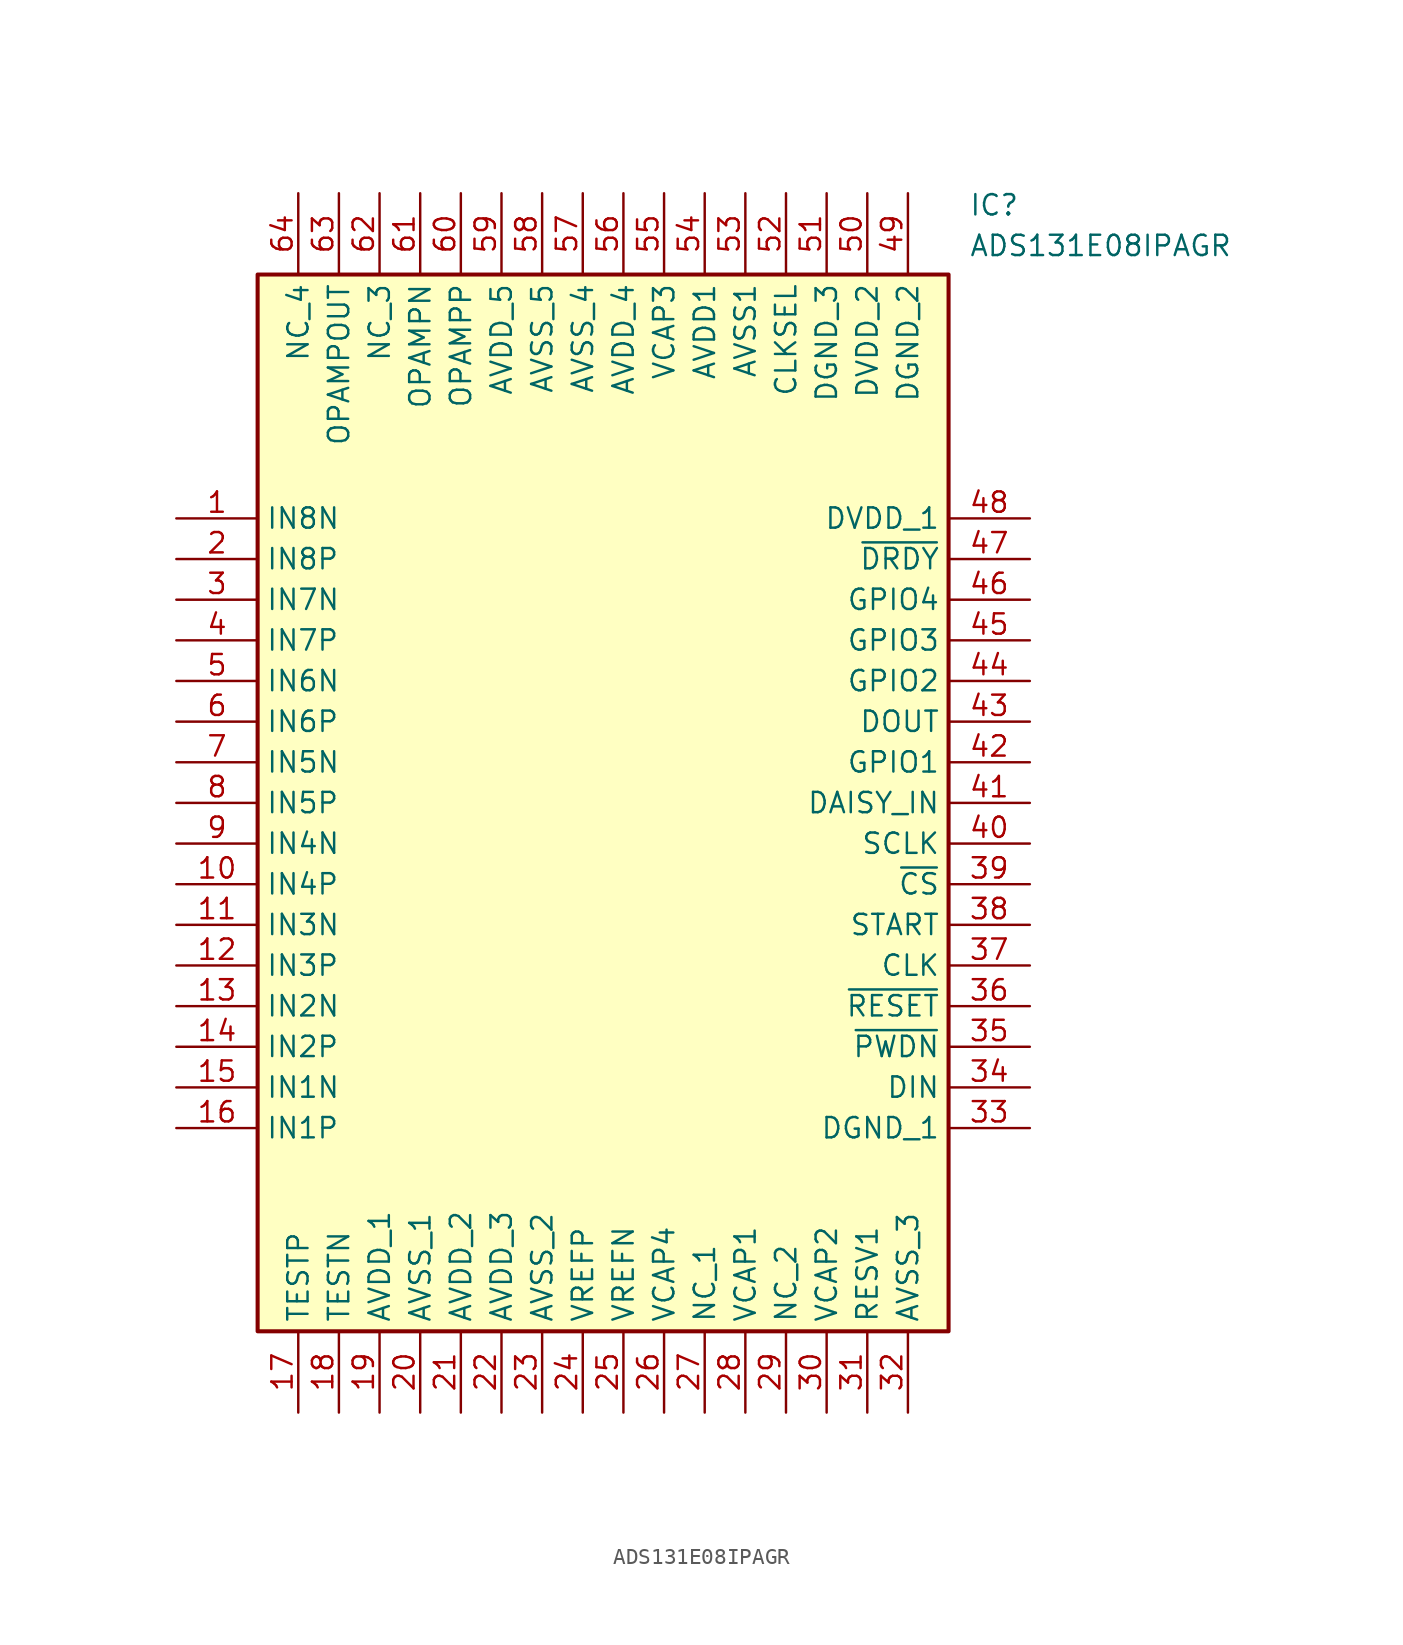
<source format=kicad_sym>
(kicad_symbol_lib
  (version 20211014)
  (generator SamacSys_ECAD_Model)
  (symbol "ADS131E08IPAGR"
    (property "Reference" "IC"
      (at 49.53 20.32 0)
      (effects (font (size 1.27 1.27)) (justify left top)))
    (property "Value" "ADS131E08IPAGR"
      (at 49.53 17.78 0)
      (effects (font (size 1.27 1.27)) (justify left top)))
    (rectangle
      (start 5.08 15.24)
      (end 48.26 -50.8)
      (stroke (width 0.254) (type default))
      (fill (type background)))
    (pin passive line
      (at 0 0 0)
      (length 5.08)
      (name "IN8N" (effects (font (size 1.27 1.27))))
      (number "1" (effects (font (size 1.27 1.27)))))
    (pin passive line
      (at 0 -2.54 0)
      (length 5.08)
      (name "IN8P" (effects (font (size 1.27 1.27))))
      (number "2" (effects (font (size 1.27 1.27)))))
    (pin passive line
      (at 0 -5.08 0)
      (length 5.08)
      (name "IN7N" (effects (font (size 1.27 1.27))))
      (number "3" (effects (font (size 1.27 1.27)))))
    (pin passive line
      (at 0 -7.62 0)
      (length 5.08)
      (name "IN7P" (effects (font (size 1.27 1.27))))
      (number "4" (effects (font (size 1.27 1.27)))))
    (pin passive line
      (at 0 -10.16 0)
      (length 5.08)
      (name "IN6N" (effects (font (size 1.27 1.27))))
      (number "5" (effects (font (size 1.27 1.27)))))
    (pin passive line
      (at 0 -12.7 0)
      (length 5.08)
      (name "IN6P" (effects (font (size 1.27 1.27))))
      (number "6" (effects (font (size 1.27 1.27)))))
    (pin passive line
      (at 0 -15.24 0)
      (length 5.08)
      (name "IN5N" (effects (font (size 1.27 1.27))))
      (number "7" (effects (font (size 1.27 1.27)))))
    (pin passive line
      (at 0 -17.78 0)
      (length 5.08)
      (name "IN5P" (effects (font (size 1.27 1.27))))
      (number "8" (effects (font (size 1.27 1.27)))))
    (pin passive line
      (at 0 -20.32 0)
      (length 5.08)
      (name "IN4N" (effects (font (size 1.27 1.27))))
      (number "9" (effects (font (size 1.27 1.27)))))
    (pin passive line
      (at 0 -22.86 0)
      (length 5.08)
      (name "IN4P" (effects (font (size 1.27 1.27))))
      (number "10" (effects (font (size 1.27 1.27)))))
    (pin passive line
      (at 0 -25.4 0)
      (length 5.08)
      (name "IN3N" (effects (font (size 1.27 1.27))))
      (number "11" (effects (font (size 1.27 1.27)))))
    (pin passive line
      (at 0 -27.94 0)
      (length 5.08)
      (name "IN3P" (effects (font (size 1.27 1.27))))
      (number "12" (effects (font (size 1.27 1.27)))))
    (pin passive line
      (at 0 -30.48 0)
      (length 5.08)
      (name "IN2N" (effects (font (size 1.27 1.27))))
      (number "13" (effects (font (size 1.27 1.27)))))
    (pin passive line
      (at 0 -33.02 0)
      (length 5.08)
      (name "IN2P" (effects (font (size 1.27 1.27))))
      (number "14" (effects (font (size 1.27 1.27)))))
    (pin passive line
      (at 0 -35.56 0)
      (length 5.08)
      (name "IN1N" (effects (font (size 1.27 1.27))))
      (number "15" (effects (font (size 1.27 1.27)))))
    (pin passive line
      (at 0 -38.1 0)
      (length 5.08)
      (name "IN1P" (effects (font (size 1.27 1.27))))
      (number "16" (effects (font (size 1.27 1.27)))))
    (pin passive line
      (at 7.62 -55.88 90)
      (length 5.08)
      (name "TESTP" (effects (font (size 1.27 1.27))))
      (number "17" (effects (font (size 1.27 1.27)))))
    (pin passive line
      (at 10.16 -55.88 90)
      (length 5.08)
      (name "TESTN" (effects (font (size 1.27 1.27))))
      (number "18" (effects (font (size 1.27 1.27)))))
    (pin passive line
      (at 12.7 -55.88 90)
      (length 5.08)
      (name "AVDD_1" (effects (font (size 1.27 1.27))))
      (number "19" (effects (font (size 1.27 1.27)))))
    (pin passive line
      (at 15.24 -55.88 90)
      (length 5.08)
      (name "AVSS_1" (effects (font (size 1.27 1.27))))
      (number "20" (effects (font (size 1.27 1.27)))))
    (pin passive line
      (at 17.78 -55.88 90)
      (length 5.08)
      (name "AVDD_2" (effects (font (size 1.27 1.27))))
      (number "21" (effects (font (size 1.27 1.27)))))
    (pin passive line
      (at 20.32 -55.88 90)
      (length 5.08)
      (name "AVDD_3" (effects (font (size 1.27 1.27))))
      (number "22" (effects (font (size 1.27 1.27)))))
    (pin passive line
      (at 22.86 -55.88 90)
      (length 5.08)
      (name "AVSS_2" (effects (font (size 1.27 1.27))))
      (number "23" (effects (font (size 1.27 1.27)))))
    (pin passive line
      (at 25.4 -55.88 90)
      (length 5.08)
      (name "VREFP" (effects (font (size 1.27 1.27))))
      (number "24" (effects (font (size 1.27 1.27)))))
    (pin passive line
      (at 27.94 -55.88 90)
      (length 5.08)
      (name "VREFN" (effects (font (size 1.27 1.27))))
      (number "25" (effects (font (size 1.27 1.27)))))
    (pin passive line
      (at 30.48 -55.88 90)
      (length 5.08)
      (name "VCAP4" (effects (font (size 1.27 1.27))))
      (number "26" (effects (font (size 1.27 1.27)))))
    (pin passive line
      (at 33.02 -55.88 90)
      (length 5.08)
      (name "NC_1" (effects (font (size 1.27 1.27))))
      (number "27" (effects (font (size 1.27 1.27)))))
    (pin passive line
      (at 35.56 -55.88 90)
      (length 5.08)
      (name "VCAP1" (effects (font (size 1.27 1.27))))
      (number "28" (effects (font (size 1.27 1.27)))))
    (pin passive line
      (at 38.1 -55.88 90)
      (length 5.08)
      (name "NC_2" (effects (font (size 1.27 1.27))))
      (number "29" (effects (font (size 1.27 1.27)))))
    (pin passive line
      (at 40.64 -55.88 90)
      (length 5.08)
      (name "VCAP2" (effects (font (size 1.27 1.27))))
      (number "30" (effects (font (size 1.27 1.27)))))
    (pin passive line
      (at 43.18 -55.88 90)
      (length 5.08)
      (name "RESV1" (effects (font (size 1.27 1.27))))
      (number "31" (effects (font (size 1.27 1.27)))))
    (pin passive line
      (at 45.72 -55.88 90)
      (length 5.08)
      (name "AVSS_3" (effects (font (size 1.27 1.27))))
      (number "32" (effects (font (size 1.27 1.27)))))
    (pin passive line
      (at 53.34 0 180)
      (length 5.08)
      (name "DVDD_1" (effects (font (size 1.27 1.27))))
      (number "48" (effects (font (size 1.27 1.27)))))
    (pin passive line
      (at 53.34 -2.54 180)
      (length 5.08)
      (name "~{DRDY}" (effects (font (size 1.27 1.27))))
      (number "47" (effects (font (size 1.27 1.27)))))
    (pin passive line
      (at 53.34 -5.08 180)
      (length 5.08)
      (name "GPIO4" (effects (font (size 1.27 1.27))))
      (number "46" (effects (font (size 1.27 1.27)))))
    (pin passive line
      (at 53.34 -7.62 180)
      (length 5.08)
      (name "GPIO3" (effects (font (size 1.27 1.27))))
      (number "45" (effects (font (size 1.27 1.27)))))
    (pin passive line
      (at 53.34 -10.16 180)
      (length 5.08)
      (name "GPIO2" (effects (font (size 1.27 1.27))))
      (number "44" (effects (font (size 1.27 1.27)))))
    (pin passive line
      (at 53.34 -12.7 180)
      (length 5.08)
      (name "DOUT" (effects (font (size 1.27 1.27))))
      (number "43" (effects (font (size 1.27 1.27)))))
    (pin passive line
      (at 53.34 -15.24 180)
      (length 5.08)
      (name "GPIO1" (effects (font (size 1.27 1.27))))
      (number "42" (effects (font (size 1.27 1.27)))))
    (pin passive line
      (at 53.34 -17.78 180)
      (length 5.08)
      (name "DAISY_IN" (effects (font (size 1.27 1.27))))
      (number "41" (effects (font (size 1.27 1.27)))))
    (pin passive line
      (at 53.34 -20.32 180)
      (length 5.08)
      (name "SCLK" (effects (font (size 1.27 1.27))))
      (number "40" (effects (font (size 1.27 1.27)))))
    (pin passive line
      (at 53.34 -22.86 180)
      (length 5.08)
      (name "~{CS}" (effects (font (size 1.27 1.27))))
      (number "39" (effects (font (size 1.27 1.27)))))
    (pin passive line
      (at 53.34 -25.4 180)
      (length 5.08)
      (name "START" (effects (font (size 1.27 1.27))))
      (number "38" (effects (font (size 1.27 1.27)))))
    (pin passive line
      (at 53.34 -27.94 180)
      (length 5.08)
      (name "CLK" (effects (font (size 1.27 1.27))))
      (number "37" (effects (font (size 1.27 1.27)))))
    (pin passive line
      (at 53.34 -30.48 180)
      (length 5.08)
      (name "~{RESET}" (effects (font (size 1.27 1.27))))
      (number "36" (effects (font (size 1.27 1.27)))))
    (pin passive line
      (at 53.34 -33.02 180)
      (length 5.08)
      (name "~{PWDN}" (effects (font (size 1.27 1.27))))
      (number "35" (effects (font (size 1.27 1.27)))))
    (pin passive line
      (at 53.34 -35.56 180)
      (length 5.08)
      (name "DIN" (effects (font (size 1.27 1.27))))
      (number "34" (effects (font (size 1.27 1.27)))))
    (pin passive line
      (at 53.34 -38.1 180)
      (length 5.08)
      (name "DGND_1" (effects (font (size 1.27 1.27))))
      (number "33" (effects (font (size 1.27 1.27)))))
    (pin passive line
      (at 7.62 20.32 270)
      (length 5.08)
      (name "NC_4" (effects (font (size 1.27 1.27))))
      (number "64" (effects (font (size 1.27 1.27)))))
    (pin passive line
      (at 10.16 20.32 270)
      (length 5.08)
      (name "OPAMPOUT" (effects (font (size 1.27 1.27))))
      (number "63" (effects (font (size 1.27 1.27)))))
    (pin passive line
      (at 12.7 20.32 270)
      (length 5.08)
      (name "NC_3" (effects (font (size 1.27 1.27))))
      (number "62" (effects (font (size 1.27 1.27)))))
    (pin passive line
      (at 15.24 20.32 270)
      (length 5.08)
      (name "OPAMPN" (effects (font (size 1.27 1.27))))
      (number "61" (effects (font (size 1.27 1.27)))))
    (pin passive line
      (at 17.78 20.32 270)
      (length 5.08)
      (name "OPAMPP" (effects (font (size 1.27 1.27))))
      (number "60" (effects (font (size 1.27 1.27)))))
    (pin passive line
      (at 20.32 20.32 270)
      (length 5.08)
      (name "AVDD_5" (effects (font (size 1.27 1.27))))
      (number "59" (effects (font (size 1.27 1.27)))))
    (pin passive line
      (at 22.86 20.32 270)
      (length 5.08)
      (name "AVSS_5" (effects (font (size 1.27 1.27))))
      (number "58" (effects (font (size 1.27 1.27)))))
    (pin passive line
      (at 25.4 20.32 270)
      (length 5.08)
      (name "AVSS_4" (effects (font (size 1.27 1.27))))
      (number "57" (effects (font (size 1.27 1.27)))))
    (pin passive line
      (at 27.94 20.32 270)
      (length 5.08)
      (name "AVDD_4" (effects (font (size 1.27 1.27))))
      (number "56" (effects (font (size 1.27 1.27)))))
    (pin passive line
      (at 30.48 20.32 270)
      (length 5.08)
      (name "VCAP3" (effects (font (size 1.27 1.27))))
      (number "55" (effects (font (size 1.27 1.27)))))
    (pin passive line
      (at 33.02 20.32 270)
      (length 5.08)
      (name "AVDD1" (effects (font (size 1.27 1.27))))
      (number "54" (effects (font (size 1.27 1.27)))))
    (pin passive line
      (at 35.56 20.32 270)
      (length 5.08)
      (name "AVSS1" (effects (font (size 1.27 1.27))))
      (number "53" (effects (font (size 1.27 1.27)))))
    (pin passive line
      (at 38.1 20.32 270)
      (length 5.08)
      (name "CLKSEL" (effects (font (size 1.27 1.27))))
      (number "52" (effects (font (size 1.27 1.27)))))
    (pin passive line
      (at 40.64 20.32 270)
      (length 5.08)
      (name "DGND_3" (effects (font (size 1.27 1.27))))
      (number "51" (effects (font (size 1.27 1.27)))))
    (pin passive line
      (at 43.18 20.32 270)
      (length 5.08)
      (name "DVDD_2" (effects (font (size 1.27 1.27))))
      (number "50" (effects (font (size 1.27 1.27)))))
    (pin passive line
      (at 45.72 20.32 270)
      (length 5.08)
      (name "DGND_2" (effects (font (size 1.27 1.27))))
      (number "49" (effects (font (size 1.27 1.27)))))))
</source>
